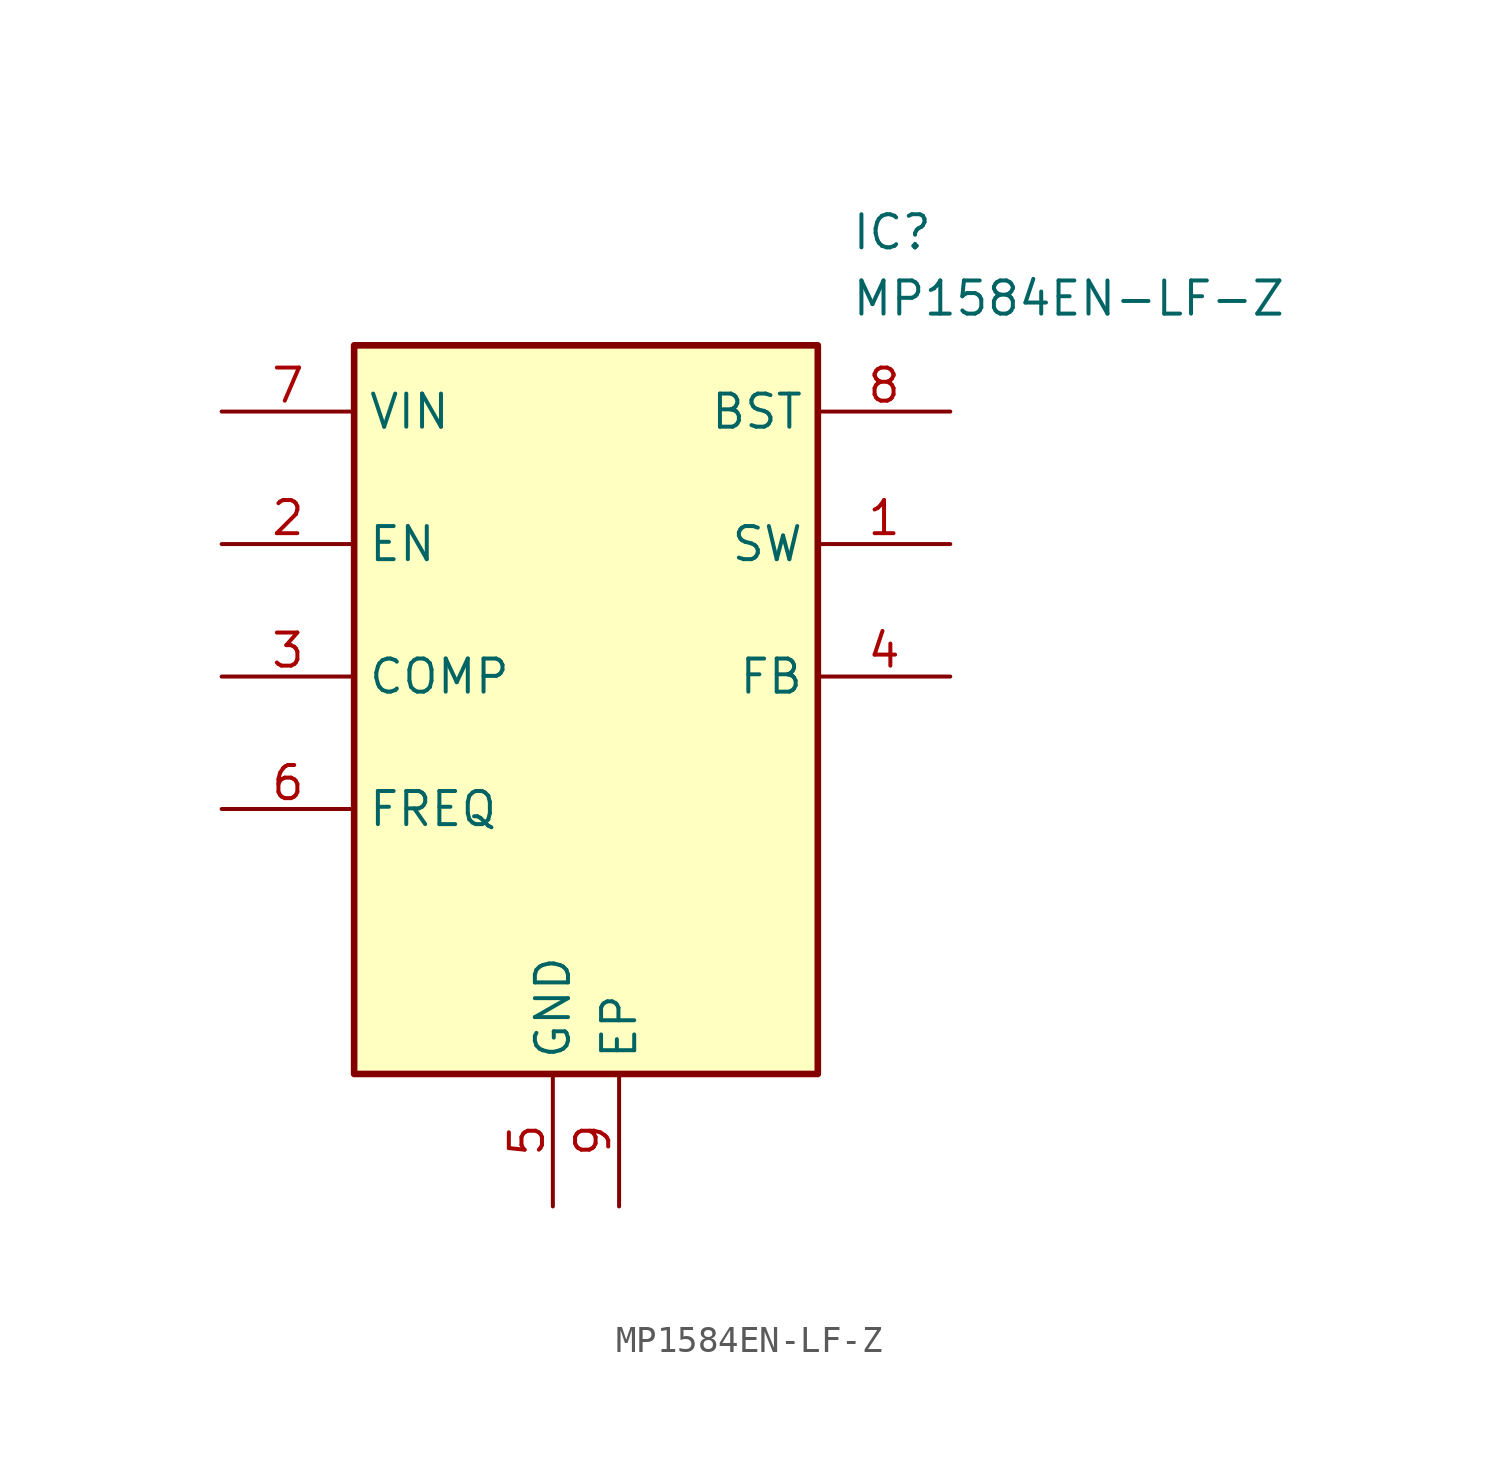
<source format=kicad_sym>
(kicad_symbol_lib
  (version 20211014)
  (generator SamacSys_ECAD_Model)
  (symbol "MP1584EN-LF-Z"
    (property "Reference" "IC"
      (at 24.13 7.62 0)
      (effects (font (size 1.27 1.27)) (justify left top)))
    (property "Value" "MP1584EN-LF-Z"
      (at 24.13 5.08 0)
      (effects (font (size 1.27 1.27)) (justify left top)))
    (rectangle
      (start 5.08 2.54)
      (end 22.86 -25.4)
      (stroke (width 0.254) (type default))
      (fill (type background)))
    (pin output line
      (at 27.94 -5.08 180)
      (length 5.08)
      (name "SW" (effects (font (size 1.27 1.27))))
      (number "1" (effects (font (size 1.27 1.27)))))
    (pin input line
      (at 0 -5.08 0)
      (length 5.08)
      (name "EN" (effects (font (size 1.27 1.27))))
      (number "2" (effects (font (size 1.27 1.27)))))
    (pin bidirectional line
      (at 0 -10.16 0)
      (length 5.08)
      (name "COMP" (effects (font (size 1.27 1.27))))
      (number "3" (effects (font (size 1.27 1.27)))))
    (pin input line
      (at 27.94 -10.16 180)
      (length 5.08)
      (name "FB" (effects (font (size 1.27 1.27))))
      (number "4" (effects (font (size 1.27 1.27)))))
    (pin power_in line
      (at 12.7 -30.48 90)
      (length 5.08)
      (name "GND" (effects (font (size 1.27 1.27))))
      (number "5" (effects (font (size 1.27 1.27)))))
    (pin input line
      (at 0 -15.24 0)
      (length 5.08)
      (name "FREQ" (effects (font (size 1.27 1.27))))
      (number "6" (effects (font (size 1.27 1.27)))))
    (pin power_in line
      (at 0 0 0)
      (length 5.08)
      (name "VIN" (effects (font (size 1.27 1.27))))
      (number "7" (effects (font (size 1.27 1.27)))))
    (pin input line
      (at 27.94 0 180)
      (length 5.08)
      (name "BST" (effects (font (size 1.27 1.27))))
      (number "8" (effects (font (size 1.27 1.27)))))
    (pin passive line
      (at 15.24 -30.48 90)
      (length 5.08)
      (name "EP" (effects (font (size 1.27 1.27))))
      (number "9" (effects (font (size 1.27 1.27)))))))
</source>
